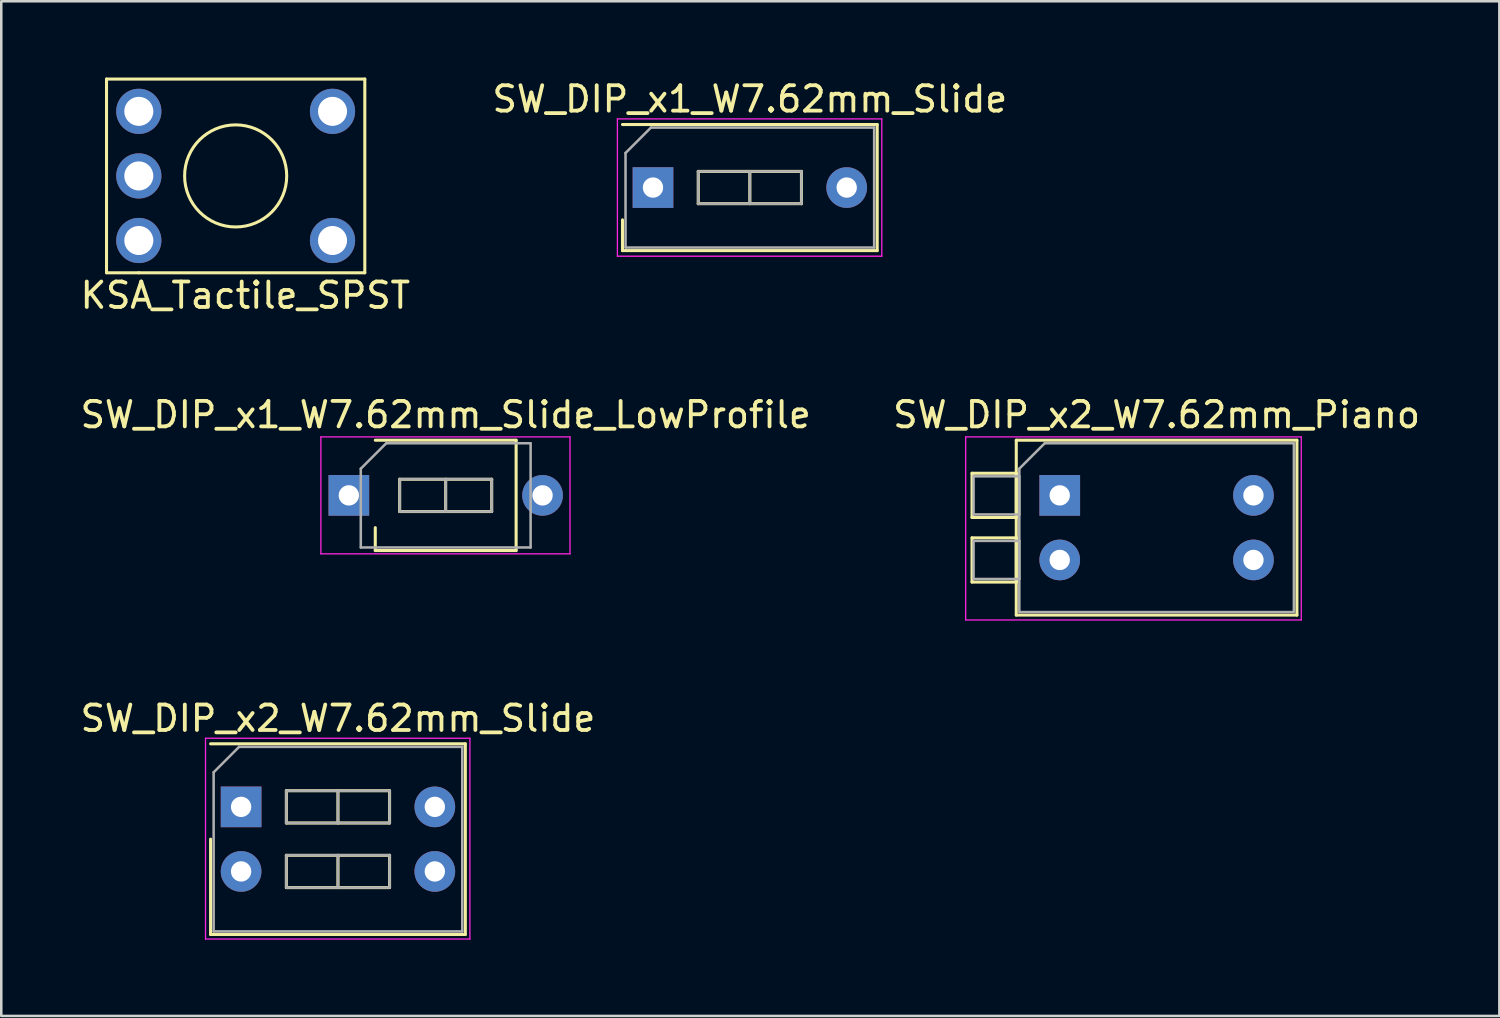
<source format=kicad_pcb>
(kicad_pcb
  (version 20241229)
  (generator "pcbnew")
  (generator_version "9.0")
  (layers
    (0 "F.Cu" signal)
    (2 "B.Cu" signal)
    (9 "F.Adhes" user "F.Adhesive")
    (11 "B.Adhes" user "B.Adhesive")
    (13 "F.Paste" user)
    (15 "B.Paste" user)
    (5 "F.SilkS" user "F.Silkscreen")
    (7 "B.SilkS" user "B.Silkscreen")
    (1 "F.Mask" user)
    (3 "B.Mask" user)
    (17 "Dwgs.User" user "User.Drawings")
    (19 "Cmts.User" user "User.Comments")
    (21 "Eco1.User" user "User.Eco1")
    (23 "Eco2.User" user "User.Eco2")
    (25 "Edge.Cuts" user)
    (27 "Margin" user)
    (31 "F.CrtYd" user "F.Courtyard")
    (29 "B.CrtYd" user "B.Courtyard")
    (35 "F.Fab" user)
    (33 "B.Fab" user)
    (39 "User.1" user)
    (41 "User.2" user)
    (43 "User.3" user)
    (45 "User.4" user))
  (footprint "SW_DIP_x1_W7.62mm_Slide"
    (layer "F.Cu")
    (at 22.636 4.328)
    (property "Reference" "SW_DIP_x1_W7.62mm_Slide" (at 3.81 -3.48 0) (layer "F.SilkS") (effects (font (size 1 1) (thickness 0.15))))
    (attr through_hole)
    (fp_line (start -1.2 -2.48) (end 8.82 -2.48) (stroke (width 0.12) (type solid)) (layer "F.SilkS"))
    (fp_line (start -1.2 2.48) (end -1.2 1.27) (stroke (width 0.12) (type solid)) (layer "F.SilkS"))
    (fp_line (start 1.78 -0.635) (end 1.78 0.635) (stroke (width 0.12) (type solid)) (layer "F.SilkS"))
    (fp_line (start 1.78 0.635) (end 5.84 0.635) (stroke (width 0.12) (type solid)) (layer "F.SilkS"))
    (fp_line (start 3.81 -0.635) (end 3.81 0.635) (stroke (width 0.12) (type solid)) (layer "F.SilkS"))
    (fp_line (start 5.84 -0.635) (end 1.78 -0.635) (stroke (width 0.12) (type solid)) (layer "F.SilkS"))
    (fp_line (start 5.84 0.635) (end 5.84 -0.635) (stroke (width 0.12) (type solid)) (layer "F.SilkS"))
    (fp_line (start 8.82 -2.48) (end 8.82 2.48) (stroke (width 0.12) (type solid)) (layer "F.SilkS"))
    (fp_line (start 8.82 2.48) (end -1.2 2.48) (stroke (width 0.12) (type solid)) (layer "F.SilkS"))
    (fp_line (start -1.4 -2.7) (end -1.4 2.7) (stroke (width 0.05) (type solid)) (layer "F.CrtYd"))
    (fp_line (start -1.4 2.7) (end 9 2.7) (stroke (width 0.05) (type solid)) (layer "F.CrtYd"))
    (fp_line (start 9 -2.7) (end -1.4 -2.7) (stroke (width 0.05) (type solid)) (layer "F.CrtYd"))
    (fp_line (start 9 2.7) (end 9 -2.7) (stroke (width 0.05) (type solid)) (layer "F.CrtYd"))
    (fp_line (start -1.08 -1.36) (end -0.08 -2.36) (stroke (width 0.1) (type solid)) (layer "F.Fab"))
    (fp_line (start -1.08 2.36) (end -1.08 -1.36) (stroke (width 0.1) (type solid)) (layer "F.Fab"))
    (fp_line (start -0.08 -2.36) (end 8.7 -2.36) (stroke (width 0.1) (type solid)) (layer "F.Fab"))
    (fp_line (start 1.78 -0.635) (end 1.78 0.635) (stroke (width 0.1) (type solid)) (layer "F.Fab"))
    (fp_line (start 1.78 0.635) (end 5.84 0.635) (stroke (width 0.1) (type solid)) (layer "F.Fab"))
    (fp_line (start 3.81 -0.635) (end 3.81 0.635) (stroke (width 0.1) (type solid)) (layer "F.Fab"))
    (fp_line (start 5.84 -0.635) (end 1.78 -0.635) (stroke (width 0.1) (type solid)) (layer "F.Fab"))
    (fp_line (start 5.84 0.635) (end 5.84 -0.635) (stroke (width 0.1) (type solid)) (layer "F.Fab"))
    (fp_line (start 8.7 -2.36) (end 8.7 2.36) (stroke (width 0.1) (type solid)) (layer "F.Fab"))
    (fp_line (start 8.7 2.36) (end -1.08 2.36) (stroke (width 0.1) (type solid)) (layer "F.Fab"))
    (pad "1" thru_hole rect (at 0 0) (size 1.6 1.6) (drill 0.8) (layers "*.Cu" "*.Mask"))
    (pad "2" thru_hole oval (at 7.62 0) (size 1.6 1.6) (drill 0.8) (layers "*.Cu" "*.Mask")))
  (footprint "SW_DIP_x2_W7.62mm_Piano"
    (layer "F.Cu")
    (at 38.636 16.436)
    (property "Reference" "SW_DIP_x2_W7.62mm_Piano" (at 3.81 -3.17 0) (layer "F.SilkS") (effects (font (size 1 1) (thickness 0.15))))
    (attr through_hole)
    (fp_line (start -3.45 -0.87) (end -3.45 0.87) (stroke (width 0.12) (type solid)) (layer "F.SilkS"))
    (fp_line (start -3.45 0.87) (end -1.71 0.87) (stroke (width 0.12) (type solid)) (layer "F.SilkS"))
    (fp_line (start -3.45 1.67) (end -3.45 3.41) (stroke (width 0.12) (type solid)) (layer "F.SilkS"))
    (fp_line (start -3.45 3.41) (end -1.71 3.41) (stroke (width 0.12) (type solid)) (layer "F.SilkS"))
    (fp_line (start -1.71 -2.17) (end 9.33 -2.17) (stroke (width 0.12) (type solid)) (layer "F.SilkS"))
    (fp_line (start -1.71 -0.87) (end -3.45 -0.87) (stroke (width 0.12) (type solid)) (layer "F.SilkS"))
    (fp_line (start -1.71 0.87) (end -1.71 -0.87) (stroke (width 0.12) (type solid)) (layer "F.SilkS"))
    (fp_line (start -1.71 1.67) (end -3.45 1.67) (stroke (width 0.12) (type solid)) (layer "F.SilkS"))
    (fp_line (start -1.71 3.41) (end -1.71 1.67) (stroke (width 0.12) (type solid)) (layer "F.SilkS"))
    (fp_line (start -1.71 4.71) (end -1.71 -2.17) (stroke (width 0.12) (type solid)) (layer "F.SilkS"))
    (fp_line (start 9.33 -2.17) (end 9.33 4.71) (stroke (width 0.12) (type solid)) (layer "F.SilkS"))
    (fp_line (start 9.33 4.71) (end -1.71 4.71) (stroke (width 0.12) (type solid)) (layer "F.SilkS"))
    (fp_line (start -3.7 -2.3) (end -3.7 4.9) (stroke (width 0.05) (type solid)) (layer "F.CrtYd"))
    (fp_line (start -3.7 4.9) (end 9.5 4.9) (stroke (width 0.05) (type solid)) (layer "F.CrtYd"))
    (fp_line (start 9.5 -2.3) (end -3.7 -2.3) (stroke (width 0.05) (type solid)) (layer "F.CrtYd"))
    (fp_line (start 9.5 4.9) (end 9.5 -2.3) (stroke (width 0.05) (type solid)) (layer "F.CrtYd"))
    (fp_line (start -3.39 -0.75) (end -1.59 -0.75) (stroke (width 0.1) (type solid)) (layer "F.Fab"))
    (fp_line (start -3.39 0.75) (end -3.39 -0.75) (stroke (width 0.1) (type solid)) (layer "F.Fab"))
    (fp_line (start -3.39 1.79) (end -1.59 1.79) (stroke (width 0.1) (type solid)) (layer "F.Fab"))
    (fp_line (start -3.39 3.29) (end -3.39 1.79) (stroke (width 0.1) (type solid)) (layer "F.Fab"))
    (fp_line (start -1.59 -1.05) (end -0.59 -2.05) (stroke (width 0.1) (type solid)) (layer "F.Fab"))
    (fp_line (start -1.59 -0.75) (end -1.59 0.75) (stroke (width 0.1) (type solid)) (layer "F.Fab"))
    (fp_line (start -1.59 0.75) (end -3.39 0.75) (stroke (width 0.1) (type solid)) (layer "F.Fab"))
    (fp_line (start -1.59 1.79) (end -1.59 3.29) (stroke (width 0.1) (type solid)) (layer "F.Fab"))
    (fp_line (start -1.59 3.29) (end -3.39 3.29) (stroke (width 0.1) (type solid)) (layer "F.Fab"))
    (fp_line (start -1.59 4.59) (end -1.59 -1.05) (stroke (width 0.1) (type solid)) (layer "F.Fab"))
    (fp_line (start -0.59 -2.05) (end 9.21 -2.05) (stroke (width 0.1) (type solid)) (layer "F.Fab"))
    (fp_line (start 9.21 -2.05) (end 9.21 4.59) (stroke (width 0.1) (type solid)) (layer "F.Fab"))
    (fp_line (start 9.21 4.59) (end -1.59 4.59) (stroke (width 0.1) (type solid)) (layer "F.Fab"))
    (pad "1" thru_hole rect (at 0 0) (size 1.6 1.6) (drill 0.8) (layers "*.Cu" "*.Mask"))
    (pad "2" thru_hole oval (at 0 2.54) (size 1.6 1.6) (drill 0.8) (layers "*.Cu" "*.Mask"))
    (pad "3" thru_hole oval (at 7.62 2.54) (size 1.6 1.6) (drill 0.8) (layers "*.Cu" "*.Mask"))
    (pad "4" thru_hole oval (at 7.62 0) (size 1.6 1.6) (drill 0.8) (layers "*.Cu" "*.Mask")))
  (footprint "KSA_Tactile_SPST"
    (layer "F.Cu")
    (at 6.22 3.87)
    (property "Reference" "KSA_Tactile_SPST" (at 0.381 4.699 0) (layer "F.SilkS") (effects (font (size 1 1) (thickness 0.15))))
    (attr through_hole)
    (fp_line (start -5.08 -3.81) (end -5.08 3.81) (stroke (width 0.12) (type solid)) (layer "F.SilkS"))
    (fp_line (start -5.08 3.81) (end -3.81 3.81) (stroke (width 0.12) (type solid)) (layer "F.SilkS"))
    (fp_line (start -3.81 3.81) (end 5.08 3.81) (stroke (width 0.12) (type solid)) (layer "F.SilkS"))
    (fp_line (start 5.08 -3.81) (end -5.08 -3.81) (stroke (width 0.12) (type solid)) (layer "F.SilkS"))
    (fp_line (start 5.08 3.81) (end 5.08 -3.81) (stroke (width 0.12) (type solid)) (layer "F.SilkS"))
    (fp_circle (center 0 0) (end 1.905 0.635) (stroke (width 0.12) (type solid)) (fill no) (layer "F.SilkS"))
    (pad "1" thru_hole circle (at 3.81 -2.54) (size 1.778 1.778) (drill 1.143) (layers "*.Cu" "*.Mask"))
    (pad "2" thru_hole circle (at 3.81 2.54) (size 1.778 1.778) (drill 1.143) (layers "*.Cu" "*.Mask"))
    (pad "3" thru_hole circle (at -3.81 2.54) (size 1.778 1.778) (drill 1.143) (layers "*.Cu" "*.Mask"))
    (pad "4" thru_hole circle (at -3.81 0) (size 1.778 1.778) (drill 1.143) (layers "*.Cu" "*.Mask"))
    (pad "5" thru_hole circle (at -3.81 -2.54) (size 1.778 1.778) (drill 1.143) (layers "*.Cu" "*.Mask")))
  (footprint "SW_DIP_x1_W7.62mm_Slide_LowProfile"
    (layer "F.Cu")
    (at 10.672 16.436)
    (property "Reference" "SW_DIP_x1_W7.62mm_Slide_LowProfile" (at 3.81 -3.17 0) (layer "F.SilkS") (effects (font (size 1 1) (thickness 0.15))))
    (attr through_hole)
    (fp_line (start 1.04 -2.17) (end 6.58 -2.17) (stroke (width 0.12) (type solid)) (layer "F.SilkS"))
    (fp_line (start 1.04 2.17) (end 1.04 1.27) (stroke (width 0.12) (type solid)) (layer "F.SilkS"))
    (fp_line (start 2 -0.635) (end 2 0.635) (stroke (width 0.12) (type solid)) (layer "F.SilkS"))
    (fp_line (start 2 0.635) (end 5.62 0.635) (stroke (width 0.12) (type solid)) (layer "F.SilkS"))
    (fp_line (start 3.81 -0.635) (end 3.81 0.635) (stroke (width 0.12) (type solid)) (layer "F.SilkS"))
    (fp_line (start 5.62 -0.635) (end 2 -0.635) (stroke (width 0.12) (type solid)) (layer "F.SilkS"))
    (fp_line (start 5.62 0.635) (end 5.62 -0.635) (stroke (width 0.12) (type solid)) (layer "F.SilkS"))
    (fp_line (start 6.58 -2.17) (end 6.58 2.17) (stroke (width 0.12) (type solid)) (layer "F.SilkS"))
    (fp_line (start 6.58 2.17) (end 1.04 2.17) (stroke (width 0.12) (type solid)) (layer "F.SilkS"))
    (fp_line (start -1.1 -2.3) (end -1.1 2.3) (stroke (width 0.05) (type solid)) (layer "F.CrtYd"))
    (fp_line (start -1.1 2.3) (end 8.7 2.3) (stroke (width 0.05) (type solid)) (layer "F.CrtYd"))
    (fp_line (start 8.7 -2.3) (end -1.1 -2.3) (stroke (width 0.05) (type solid)) (layer "F.CrtYd"))
    (fp_line (start 8.7 2.3) (end 8.7 -2.3) (stroke (width 0.05) (type solid)) (layer "F.CrtYd"))
    (fp_line (start 0.47 -1.05) (end 1.47 -2.05) (stroke (width 0.1) (type solid)) (layer "F.Fab"))
    (fp_line (start 0.47 2.05) (end 0.47 -1.05) (stroke (width 0.1) (type solid)) (layer "F.Fab"))
    (fp_line (start 1.47 -2.05) (end 7.15 -2.05) (stroke (width 0.1) (type solid)) (layer "F.Fab"))
    (fp_line (start 2 -0.635) (end 2 0.635) (stroke (width 0.1) (type solid)) (layer "F.Fab"))
    (fp_line (start 2 0.635) (end 5.62 0.635) (stroke (width 0.1) (type solid)) (layer "F.Fab"))
    (fp_line (start 3.81 -0.635) (end 3.81 0.635) (stroke (width 0.1) (type solid)) (layer "F.Fab"))
    (fp_line (start 5.62 -0.635) (end 2 -0.635) (stroke (width 0.1) (type solid)) (layer "F.Fab"))
    (fp_line (start 5.62 0.635) (end 5.62 -0.635) (stroke (width 0.1) (type solid)) (layer "F.Fab"))
    (fp_line (start 7.15 -2.05) (end 7.15 2.05) (stroke (width 0.1) (type solid)) (layer "F.Fab"))
    (fp_line (start 7.15 2.05) (end 0.47 2.05) (stroke (width 0.1) (type solid)) (layer "F.Fab"))
    (pad "1" thru_hole rect (at 0 0) (size 1.6 1.6) (drill 0.8) (layers "*.Cu" "*.Mask"))
    (pad "2" thru_hole oval (at 7.62 0) (size 1.6 1.6) (drill 0.8) (layers "*.Cu" "*.Mask")))
  (footprint "SW_DIP_x2_W7.62mm_Slide"
    (layer "F.Cu")
    (at 6.434 28.689)
    (property "Reference" "SW_DIP_x2_W7.62mm_Slide" (at 3.81 -3.48 0) (layer "F.SilkS") (effects (font (size 1 1) (thickness 0.15))))
    (attr through_hole)
    (fp_line (start -1.2 -2.48) (end 8.82 -2.48) (stroke (width 0.12) (type solid)) (layer "F.SilkS"))
    (fp_line (start -1.2 5.02) (end -1.2 1.27) (stroke (width 0.12) (type solid)) (layer "F.SilkS"))
    (fp_line (start 1.78 -0.635) (end 1.78 0.635) (stroke (width 0.12) (type solid)) (layer "F.SilkS"))
    (fp_line (start 1.78 0.635) (end 5.84 0.635) (stroke (width 0.12) (type solid)) (layer "F.SilkS"))
    (fp_line (start 1.78 1.905) (end 1.78 3.175) (stroke (width 0.12) (type solid)) (layer "F.SilkS"))
    (fp_line (start 1.78 3.175) (end 5.84 3.175) (stroke (width 0.12) (type solid)) (layer "F.SilkS"))
    (fp_line (start 3.81 -0.635) (end 3.81 0.635) (stroke (width 0.12) (type solid)) (layer "F.SilkS"))
    (fp_line (start 3.81 1.905) (end 3.81 3.175) (stroke (width 0.12) (type solid)) (layer "F.SilkS"))
    (fp_line (start 5.84 -0.635) (end 1.78 -0.635) (stroke (width 0.12) (type solid)) (layer "F.SilkS"))
    (fp_line (start 5.84 0.635) (end 5.84 -0.635) (stroke (width 0.12) (type solid)) (layer "F.SilkS"))
    (fp_line (start 5.84 1.905) (end 1.78 1.905) (stroke (width 0.12) (type solid)) (layer "F.SilkS"))
    (fp_line (start 5.84 3.175) (end 5.84 1.905) (stroke (width 0.12) (type solid)) (layer "F.SilkS"))
    (fp_line (start 8.82 -2.48) (end 8.82 5.02) (stroke (width 0.12) (type solid)) (layer "F.SilkS"))
    (fp_line (start 8.82 5.02) (end -1.2 5.02) (stroke (width 0.12) (type solid)) (layer "F.SilkS"))
    (fp_line (start -1.4 -2.7) (end -1.4 5.2) (stroke (width 0.05) (type solid)) (layer "F.CrtYd"))
    (fp_line (start -1.4 5.2) (end 9 5.2) (stroke (width 0.05) (type solid)) (layer "F.CrtYd"))
    (fp_line (start 9 -2.7) (end -1.4 -2.7) (stroke (width 0.05) (type solid)) (layer "F.CrtYd"))
    (fp_line (start 9 5.2) (end 9 -2.7) (stroke (width 0.05) (type solid)) (layer "F.CrtYd"))
    (fp_line (start -1.08 -1.36) (end -0.08 -2.36) (stroke (width 0.1) (type solid)) (layer "F.Fab"))
    (fp_line (start -1.08 4.9) (end -1.08 -1.36) (stroke (width 0.1) (type solid)) (layer "F.Fab"))
    (fp_line (start -0.08 -2.36) (end 8.7 -2.36) (stroke (width 0.1) (type solid)) (layer "F.Fab"))
    (fp_line (start 1.78 -0.635) (end 1.78 0.635) (stroke (width 0.1) (type solid)) (layer "F.Fab"))
    (fp_line (start 1.78 0.635) (end 5.84 0.635) (stroke (width 0.1) (type solid)) (layer "F.Fab"))
    (fp_line (start 1.78 1.905) (end 1.78 3.175) (stroke (width 0.1) (type solid)) (layer "F.Fab"))
    (fp_line (start 1.78 3.175) (end 5.84 3.175) (stroke (width 0.1) (type solid)) (layer "F.Fab"))
    (fp_line (start 3.81 -0.635) (end 3.81 0.635) (stroke (width 0.1) (type solid)) (layer "F.Fab"))
    (fp_line (start 3.81 1.905) (end 3.81 3.175) (stroke (width 0.1) (type solid)) (layer "F.Fab"))
    (fp_line (start 5.84 -0.635) (end 1.78 -0.635) (stroke (width 0.1) (type solid)) (layer "F.Fab"))
    (fp_line (start 5.84 0.635) (end 5.84 -0.635) (stroke (width 0.1) (type solid)) (layer "F.Fab"))
    (fp_line (start 5.84 1.905) (end 1.78 1.905) (stroke (width 0.1) (type solid)) (layer "F.Fab"))
    (fp_line (start 5.84 3.175) (end 5.84 1.905) (stroke (width 0.1) (type solid)) (layer "F.Fab"))
    (fp_line (start 8.7 -2.36) (end 8.7 4.9) (stroke (width 0.1) (type solid)) (layer "F.Fab"))
    (fp_line (start 8.7 4.9) (end -1.08 4.9) (stroke (width 0.1) (type solid)) (layer "F.Fab"))
    (pad "1" thru_hole rect (at 0 0) (size 1.6 1.6) (drill 0.8) (layers "*.Cu" "*.Mask"))
    (pad "2" thru_hole oval (at 0 2.54) (size 1.6 1.6) (drill 0.8) (layers "*.Cu" "*.Mask"))
    (pad "3" thru_hole oval (at 7.62 2.54) (size 1.6 1.6) (drill 0.8) (layers "*.Cu" "*.Mask"))
    (pad "4" thru_hole oval (at 7.62 0) (size 1.6 1.6) (drill 0.8) (layers "*.Cu" "*.Mask")))
  (gr_rect
    (start -3 -3)
    (end 55.929 36.914)
    (stroke (width 0.1) (type default))
    (fill no)
    (layer "Edge.Cuts")))
</source>
